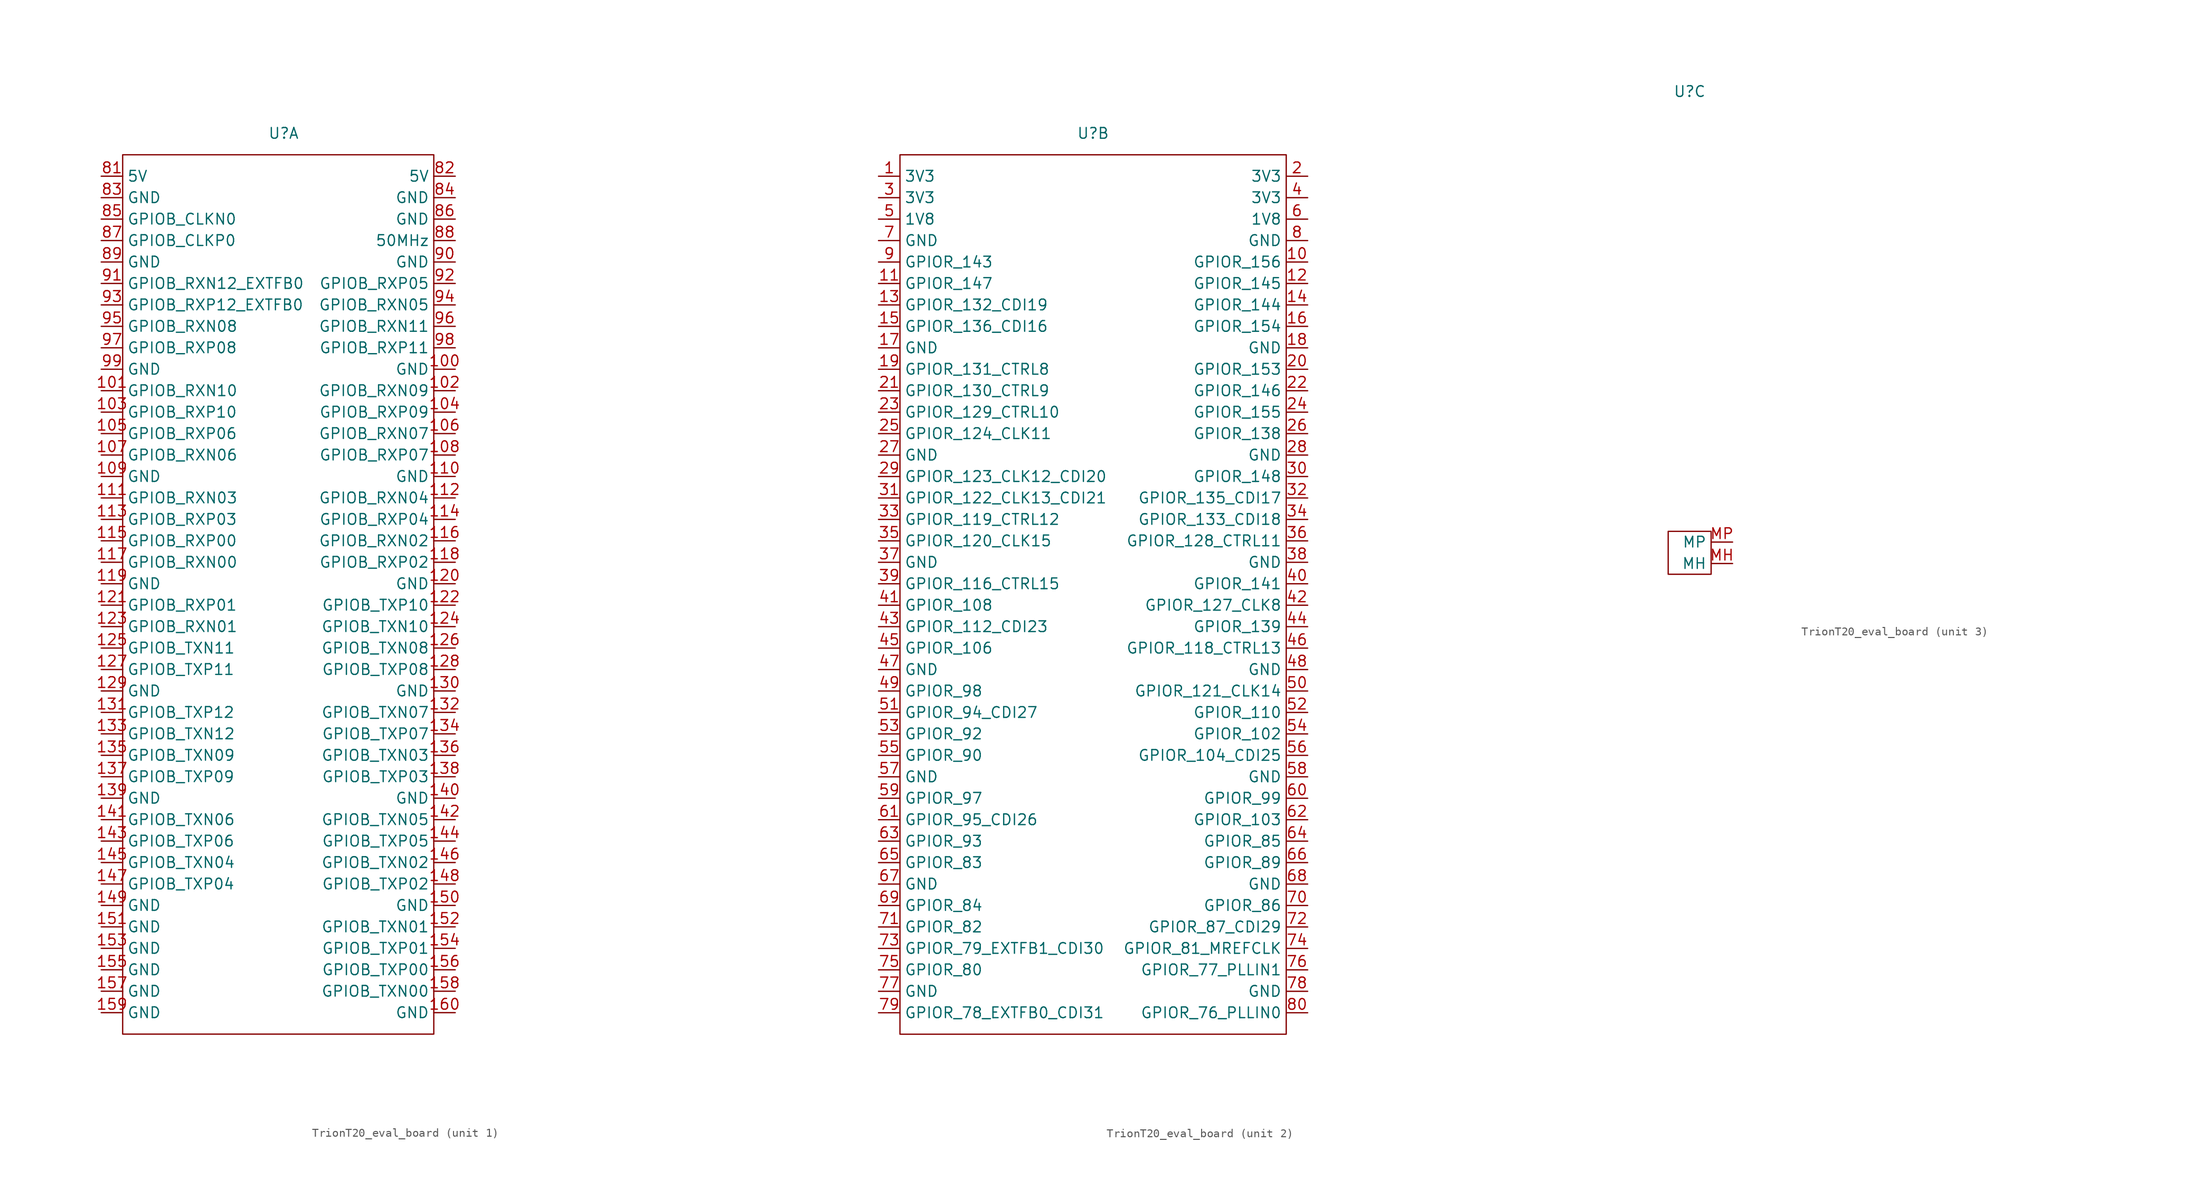
<source format=kicad_sym>
(kicad_symbol_lib
  (version 20220914)
  (generator kicad_symbol_editor)
  (symbol "TrionT20_eval_board"
    (property "Reference" "U"
      (at 0 54.61 0)
      (effects (font (size 1.27 1.27))))
    (property "Value" ""
      (at 50.8 15.24 0)
      (effects (font (size 1.27 1.27))))
    (property "ki_locked" ""
      (at 0 0 0)
      (effects (font (size 1.27 1.27))))
    (symbol "TrionT20_eval_board_1_0"
      (pin bidirectional line (at -21.59 24.13 0) (length 2.54) (name "GPIOB_RXN10" (effects (font (size 1.27 1.27)))) (number "101" (effects (font (size 1.27 1.27)))))
      (pin bidirectional line (at 20.32 24.13 180) (length 2.54) (name "GPIOB_RXN09" (effects (font (size 1.27 1.27)))) (number "102" (effects (font (size 1.27 1.27)))))
      (pin bidirectional line (at -21.59 21.59 0) (length 2.54) (name "GPIOB_RXP10" (effects (font (size 1.27 1.27)))) (number "103" (effects (font (size 1.27 1.27)))))
      (pin bidirectional line (at 20.32 21.59 180) (length 2.54) (name "GPIOB_RXP09" (effects (font (size 1.27 1.27)))) (number "104" (effects (font (size 1.27 1.27)))))
      (pin bidirectional line (at -21.59 19.05 0) (length 2.54) (name "GPIOB_RXP06" (effects (font (size 1.27 1.27)))) (number "105" (effects (font (size 1.27 1.27)))))
      (pin bidirectional line (at 20.32 19.05 180) (length 2.54) (name "GPIOB_RXN07" (effects (font (size 1.27 1.27)))) (number "106" (effects (font (size 1.27 1.27)))))
      (pin bidirectional line (at -21.59 16.51 0) (length 2.54) (name "GPIOB_RXN06" (effects (font (size 1.27 1.27)))) (number "107" (effects (font (size 1.27 1.27)))))
      (pin bidirectional line (at 20.32 16.51 180) (length 2.54) (name "GPIOB_RXP07" (effects (font (size 1.27 1.27)))) (number "108" (effects (font (size 1.27 1.27)))))
      (pin bidirectional line (at -21.59 11.43 0) (length 2.54) (name "GPIOB_RXN03" (effects (font (size 1.27 1.27)))) (number "111" (effects (font (size 1.27 1.27)))))
      (pin bidirectional line (at 20.32 11.43 180) (length 2.54) (name "GPIOB_RXN04" (effects (font (size 1.27 1.27)))) (number "112" (effects (font (size 1.27 1.27)))))
      (pin bidirectional line (at -21.59 8.89 0) (length 2.54) (name "GPIOB_RXP03" (effects (font (size 1.27 1.27)))) (number "113" (effects (font (size 1.27 1.27)))))
      (pin bidirectional line (at 20.32 8.89 180) (length 2.54) (name "GPIOB_RXP04" (effects (font (size 1.27 1.27)))) (number "114" (effects (font (size 1.27 1.27)))))
      (pin bidirectional line (at -21.59 6.35 0) (length 2.54) (name "GPIOB_RXP00" (effects (font (size 1.27 1.27)))) (number "115" (effects (font (size 1.27 1.27)))))
      (pin bidirectional line (at 20.32 6.35 180) (length 2.54) (name "GPIOB_RXN02" (effects (font (size 1.27 1.27)))) (number "116" (effects (font (size 1.27 1.27)))))
      (pin bidirectional line (at -21.59 3.81 0) (length 2.54) (name "GPIOB_RXN00" (effects (font (size 1.27 1.27)))) (number "117" (effects (font (size 1.27 1.27)))))
      (pin bidirectional line (at 20.32 3.81 180) (length 2.54) (name "GPIOB_RXP02" (effects (font (size 1.27 1.27)))) (number "118" (effects (font (size 1.27 1.27)))))
      (pin bidirectional line (at -21.59 -1.27 0) (length 2.54) (name "GPIOB_RXP01" (effects (font (size 1.27 1.27)))) (number "121" (effects (font (size 1.27 1.27)))))
      (pin bidirectional line (at 20.32 -1.27 180) (length 2.54) (name "GPIOB_TXP10" (effects (font (size 1.27 1.27)))) (number "122" (effects (font (size 1.27 1.27)))))
      (pin bidirectional line (at -21.59 -3.81 0) (length 2.54) (name "GPIOB_RXN01" (effects (font (size 1.27 1.27)))) (number "123" (effects (font (size 1.27 1.27)))))
      (pin bidirectional line (at 20.32 -3.81 180) (length 2.54) (name "GPIOB_TXN10" (effects (font (size 1.27 1.27)))) (number "124" (effects (font (size 1.27 1.27)))))
      (pin bidirectional line (at -21.59 -6.35 0) (length 2.54) (name "GPIOB_TXN11" (effects (font (size 1.27 1.27)))) (number "125" (effects (font (size 1.27 1.27)))))
      (pin bidirectional line (at 20.32 -6.35 180) (length 2.54) (name "GPIOB_TXN08" (effects (font (size 1.27 1.27)))) (number "126" (effects (font (size 1.27 1.27)))))
      (pin bidirectional line (at -21.59 -8.89 0) (length 2.54) (name "GPIOB_TXP11" (effects (font (size 1.27 1.27)))) (number "127" (effects (font (size 1.27 1.27)))))
      (pin bidirectional line (at 20.32 -8.89 180) (length 2.54) (name "GPIOB_TXP08" (effects (font (size 1.27 1.27)))) (number "128" (effects (font (size 1.27 1.27)))))
      (pin bidirectional line (at -21.59 -13.97 0) (length 2.54) (name "GPIOB_TXP12" (effects (font (size 1.27 1.27)))) (number "131" (effects (font (size 1.27 1.27)))))
      (pin bidirectional line (at 20.32 -13.97 180) (length 2.54) (name "GPIOB_TXN07" (effects (font (size 1.27 1.27)))) (number "132" (effects (font (size 1.27 1.27)))))
      (pin bidirectional line (at -21.59 -16.51 0) (length 2.54) (name "GPIOB_TXN12" (effects (font (size 1.27 1.27)))) (number "133" (effects (font (size 1.27 1.27)))))
      (pin bidirectional line (at 20.32 -16.51 180) (length 2.54) (name "GPIOB_TXP07" (effects (font (size 1.27 1.27)))) (number "134" (effects (font (size 1.27 1.27)))))
      (pin bidirectional line (at -21.59 -19.05 0) (length 2.54) (name "GPIOB_TXN09" (effects (font (size 1.27 1.27)))) (number "135" (effects (font (size 1.27 1.27)))))
      (pin bidirectional line (at 20.32 -19.05 180) (length 2.54) (name "GPIOB_TXN03" (effects (font (size 1.27 1.27)))) (number "136" (effects (font (size 1.27 1.27)))))
      (pin bidirectional line (at -21.59 -21.59 0) (length 2.54) (name "GPIOB_TXP09" (effects (font (size 1.27 1.27)))) (number "137" (effects (font (size 1.27 1.27)))))
      (pin bidirectional line (at 20.32 -21.59 180) (length 2.54) (name "GPIOB_TXP03" (effects (font (size 1.27 1.27)))) (number "138" (effects (font (size 1.27 1.27)))))
      (pin bidirectional line (at -21.59 -26.67 0) (length 2.54) (name "GPIOB_TXN06" (effects (font (size 1.27 1.27)))) (number "141" (effects (font (size 1.27 1.27)))))
      (pin bidirectional line (at 20.32 -26.67 180) (length 2.54) (name "GPIOB_TXN05" (effects (font (size 1.27 1.27)))) (number "142" (effects (font (size 1.27 1.27)))))
      (pin bidirectional line (at -21.59 -29.21 0) (length 2.54) (name "GPIOB_TXP06" (effects (font (size 1.27 1.27)))) (number "143" (effects (font (size 1.27 1.27)))))
      (pin bidirectional line (at 20.32 -29.21 180) (length 2.54) (name "GPIOB_TXP05" (effects (font (size 1.27 1.27)))) (number "144" (effects (font (size 1.27 1.27)))))
      (pin bidirectional line (at -21.59 -31.75 0) (length 2.54) (name "GPIOB_TXN04" (effects (font (size 1.27 1.27)))) (number "145" (effects (font (size 1.27 1.27)))))
      (pin bidirectional line (at 20.32 -31.75 180) (length 2.54) (name "GPIOB_TXN02" (effects (font (size 1.27 1.27)))) (number "146" (effects (font (size 1.27 1.27)))))
      (pin bidirectional line (at -21.59 -34.29 0) (length 2.54) (name "GPIOB_TXP04" (effects (font (size 1.27 1.27)))) (number "147" (effects (font (size 1.27 1.27)))))
      (pin bidirectional line (at 20.32 -34.29 180) (length 2.54) (name "GPIOB_TXP02" (effects (font (size 1.27 1.27)))) (number "148" (effects (font (size 1.27 1.27)))))
      (pin bidirectional line (at 20.32 -39.37 180) (length 2.54) (name "GPIOB_TXN01" (effects (font (size 1.27 1.27)))) (number "152" (effects (font (size 1.27 1.27)))))
      (pin bidirectional line (at 20.32 -41.91 180) (length 2.54) (name "GPIOB_TXP01" (effects (font (size 1.27 1.27)))) (number "154" (effects (font (size 1.27 1.27)))))
      (pin bidirectional line (at 20.32 -44.45 180) (length 2.54) (name "GPIOB_TXP00" (effects (font (size 1.27 1.27)))) (number "156" (effects (font (size 1.27 1.27)))))
      (pin bidirectional line (at 20.32 -46.99 180) (length 2.54) (name "GPIOB_TXN00" (effects (font (size 1.27 1.27)))) (number "158" (effects (font (size 1.27 1.27)))))
      (pin bidirectional line (at -21.59 44.45 0) (length 2.54) (name "GPIOB_CLKN0" (effects (font (size 1.27 1.27)))) (number "85" (effects (font (size 1.27 1.27)))))
      (pin bidirectional line (at -21.59 41.91 0) (length 2.54) (name "GPIOB_CLKP0" (effects (font (size 1.27 1.27)))) (number "87" (effects (font (size 1.27 1.27)))))
      (pin bidirectional line (at -21.59 36.83 0) (length 2.54) (name "GPIOB_RXN12_EXTFB0" (effects (font (size 1.27 1.27)))) (number "91" (effects (font (size 1.27 1.27)))))
      (pin bidirectional line (at 20.32 36.83 180) (length 2.54) (name "GPIOB_RXP05" (effects (font (size 1.27 1.27)))) (number "92" (effects (font (size 1.27 1.27)))))
      (pin bidirectional line (at -21.59 34.29 0) (length 2.54) (name "GPIOB_RXP12_EXTFB0" (effects (font (size 1.27 1.27)))) (number "93" (effects (font (size 1.27 1.27)))))
      (pin bidirectional line (at 20.32 34.29 180) (length 2.54) (name "GPIOB_RXN05" (effects (font (size 1.27 1.27)))) (number "94" (effects (font (size 1.27 1.27)))))
      (pin bidirectional line (at -21.59 31.75 0) (length 2.54) (name "GPIOB_RXN08" (effects (font (size 1.27 1.27)))) (number "95" (effects (font (size 1.27 1.27)))))
      (pin bidirectional line (at 20.32 31.75 180) (length 2.54) (name "GPIOB_RXN11" (effects (font (size 1.27 1.27)))) (number "96" (effects (font (size 1.27 1.27)))))
      (pin bidirectional line (at -21.59 29.21 0) (length 2.54) (name "GPIOB_RXP08" (effects (font (size 1.27 1.27)))) (number "97" (effects (font (size 1.27 1.27)))))
      (pin bidirectional line (at 20.32 29.21 180) (length 2.54) (name "GPIOB_RXP11" (effects (font (size 1.27 1.27)))) (number "98" (effects (font (size 1.27 1.27))))))
    (symbol "TrionT20_eval_board_1_1"
      (rectangle (start -19.05 52.07) (end 17.78 -52.07) (stroke (width 0) (type default)) (fill (type none)))
      (pin passive line (at 20.32 26.67 180) (length 2.54) (name "GND" (effects (font (size 1.27 1.27)))) (number "100" (effects (font (size 1.27 1.27)))))
      (pin passive line (at -21.59 13.97 0) (length 2.54) (name "GND" (effects (font (size 1.27 1.27)))) (number "109" (effects (font (size 1.27 1.27)))))
      (pin passive line (at 20.32 13.97 180) (length 2.54) (name "GND" (effects (font (size 1.27 1.27)))) (number "110" (effects (font (size 1.27 1.27)))))
      (pin passive line (at -21.59 1.27 0) (length 2.54) (name "GND" (effects (font (size 1.27 1.27)))) (number "119" (effects (font (size 1.27 1.27)))))
      (pin passive line (at 20.32 1.27 180) (length 2.54) (name "GND" (effects (font (size 1.27 1.27)))) (number "120" (effects (font (size 1.27 1.27)))))
      (pin passive line (at -21.59 -11.43 0) (length 2.54) (name "GND" (effects (font (size 1.27 1.27)))) (number "129" (effects (font (size 1.27 1.27)))))
      (pin passive line (at 20.32 -11.43 180) (length 2.54) (name "GND" (effects (font (size 1.27 1.27)))) (number "130" (effects (font (size 1.27 1.27)))))
      (pin passive line (at -21.59 -24.13 0) (length 2.54) (name "GND" (effects (font (size 1.27 1.27)))) (number "139" (effects (font (size 1.27 1.27)))))
      (pin passive line (at 20.32 -24.13 180) (length 2.54) (name "GND" (effects (font (size 1.27 1.27)))) (number "140" (effects (font (size 1.27 1.27)))))
      (pin passive line (at -21.59 -36.83 0) (length 2.54) (name "GND" (effects (font (size 1.27 1.27)))) (number "149" (effects (font (size 1.27 1.27)))))
      (pin passive line (at 20.32 -36.83 180) (length 2.54) (name "GND" (effects (font (size 1.27 1.27)))) (number "150" (effects (font (size 1.27 1.27)))))
      (pin passive line (at -21.59 -39.37 0) (length 2.54) (name "GND" (effects (font (size 1.27 1.27)))) (number "151" (effects (font (size 1.27 1.27)))))
      (pin passive line (at -21.59 -41.91 0) (length 2.54) (name "GND" (effects (font (size 1.27 1.27)))) (number "153" (effects (font (size 1.27 1.27)))))
      (pin passive line (at -21.59 -44.45 0) (length 2.54) (name "GND" (effects (font (size 1.27 1.27)))) (number "155" (effects (font (size 1.27 1.27)))))
      (pin passive line (at -21.59 -46.99 0) (length 2.54) (name "GND" (effects (font (size 1.27 1.27)))) (number "157" (effects (font (size 1.27 1.27)))))
      (pin passive line (at -21.59 -49.53 0) (length 2.54) (name "GND" (effects (font (size 1.27 1.27)))) (number "159" (effects (font (size 1.27 1.27)))))
      (pin passive line (at 20.32 -49.53 180) (length 2.54) (name "GND" (effects (font (size 1.27 1.27)))) (number "160" (effects (font (size 1.27 1.27)))))
      (pin input line (at -21.59 49.53 0) (length 2.54) (name "5V" (effects (font (size 1.27 1.27)))) (number "81" (effects (font (size 1.27 1.27)))))
      (pin input line (at 20.32 49.53 180) (length 2.54) (name "5V" (effects (font (size 1.27 1.27)))) (number "82" (effects (font (size 1.27 1.27)))))
      (pin passive line (at -21.59 46.99 0) (length 2.54) (name "GND" (effects (font (size 1.27 1.27)))) (number "83" (effects (font (size 1.27 1.27)))))
      (pin passive line (at 20.32 46.99 180) (length 2.54) (name "GND" (effects (font (size 1.27 1.27)))) (number "84" (effects (font (size 1.27 1.27)))))
      (pin passive line (at 20.32 44.45 180) (length 2.54) (name "GND" (effects (font (size 1.27 1.27)))) (number "86" (effects (font (size 1.27 1.27)))))
      (pin output line (at 20.32 41.91 180) (length 2.54) (name "50MHz" (effects (font (size 1.27 1.27)))) (number "88" (effects (font (size 1.27 1.27)))))
      (pin passive line (at -21.59 39.37 0) (length 2.54) (name "GND" (effects (font (size 1.27 1.27)))) (number "89" (effects (font (size 1.27 1.27)))))
      (pin passive line (at 20.32 39.37 180) (length 2.54) (name "GND" (effects (font (size 1.27 1.27)))) (number "90" (effects (font (size 1.27 1.27)))))
      (pin passive line (at -21.59 26.67 0) (length 2.54) (name "GND" (effects (font (size 1.27 1.27)))) (number "99" (effects (font (size 1.27 1.27))))))
    (symbol "TrionT20_eval_board_2_0"
      (pin bidirectional line (at 25.4 39.37 180) (length 2.54) (name "GPIOR_156" (effects (font (size 1.27 1.27)))) (number "10" (effects (font (size 1.27 1.27)))))
      (pin bidirectional line (at -25.4 36.83 0) (length 2.54) (name "GPIOR_147" (effects (font (size 1.27 1.27)))) (number "11" (effects (font (size 1.27 1.27)))))
      (pin bidirectional line (at 25.4 36.83 180) (length 2.54) (name "GPIOR_145" (effects (font (size 1.27 1.27)))) (number "12" (effects (font (size 1.27 1.27)))))
      (pin bidirectional line (at -25.4 34.29 0) (length 2.54) (name "GPIOR_132_CDI19" (effects (font (size 1.27 1.27)))) (number "13" (effects (font (size 1.27 1.27)))))
      (pin bidirectional line (at 25.4 34.29 180) (length 2.54) (name "GPIOR_144" (effects (font (size 1.27 1.27)))) (number "14" (effects (font (size 1.27 1.27)))))
      (pin bidirectional line (at -25.4 31.75 0) (length 2.54) (name "GPIOR_136_CDI16" (effects (font (size 1.27 1.27)))) (number "15" (effects (font (size 1.27 1.27)))))
      (pin bidirectional line (at 25.4 31.75 180) (length 2.54) (name "GPIOR_154" (effects (font (size 1.27 1.27)))) (number "16" (effects (font (size 1.27 1.27)))))
      (pin bidirectional line (at -25.4 26.67 0) (length 2.54) (name "GPIOR_131_CTRL8" (effects (font (size 1.27 1.27)))) (number "19" (effects (font (size 1.27 1.27)))))
      (pin bidirectional line (at 25.4 26.67 180) (length 2.54) (name "GPIOR_153" (effects (font (size 1.27 1.27)))) (number "20" (effects (font (size 1.27 1.27)))))
      (pin bidirectional line (at -25.4 24.13 0) (length 2.54) (name "GPIOR_130_CTRL9" (effects (font (size 1.27 1.27)))) (number "21" (effects (font (size 1.27 1.27)))))
      (pin bidirectional line (at 25.4 24.13 180) (length 2.54) (name "GPIOR_146" (effects (font (size 1.27 1.27)))) (number "22" (effects (font (size 1.27 1.27)))))
      (pin bidirectional line (at -25.4 21.59 0) (length 2.54) (name "GPIOR_129_CTRL10" (effects (font (size 1.27 1.27)))) (number "23" (effects (font (size 1.27 1.27)))))
      (pin bidirectional line (at 25.4 21.59 180) (length 2.54) (name "GPIOR_155" (effects (font (size 1.27 1.27)))) (number "24" (effects (font (size 1.27 1.27)))))
      (pin bidirectional line (at -25.4 19.05 0) (length 2.54) (name "GPIOR_124_CLK11" (effects (font (size 1.27 1.27)))) (number "25" (effects (font (size 1.27 1.27)))))
      (pin bidirectional line (at 25.4 19.05 180) (length 2.54) (name "GPIOR_138" (effects (font (size 1.27 1.27)))) (number "26" (effects (font (size 1.27 1.27)))))
      (pin bidirectional line (at -25.4 13.97 0) (length 2.54) (name "GPIOR_123_CLK12_CDI20" (effects (font (size 1.27 1.27)))) (number "29" (effects (font (size 1.27 1.27)))))
      (pin bidirectional line (at 25.4 13.97 180) (length 2.54) (name "GPIOR_148" (effects (font (size 1.27 1.27)))) (number "30" (effects (font (size 1.27 1.27)))))
      (pin bidirectional line (at -25.4 11.43 0) (length 2.54) (name "GPIOR_122_CLK13_CDI21" (effects (font (size 1.27 1.27)))) (number "31" (effects (font (size 1.27 1.27)))))
      (pin bidirectional line (at 25.4 11.43 180) (length 2.54) (name "GPIOR_135_CDI17" (effects (font (size 1.27 1.27)))) (number "32" (effects (font (size 1.27 1.27)))))
      (pin bidirectional line (at -25.4 8.89 0) (length 2.54) (name "GPIOR_119_CTRL12" (effects (font (size 1.27 1.27)))) (number "33" (effects (font (size 1.27 1.27)))))
      (pin bidirectional line (at 25.4 8.89 180) (length 2.54) (name "GPIOR_133_CDI18" (effects (font (size 1.27 1.27)))) (number "34" (effects (font (size 1.27 1.27)))))
      (pin bidirectional line (at -25.4 6.35 0) (length 2.54) (name "GPIOR_120_CLK15" (effects (font (size 1.27 1.27)))) (number "35" (effects (font (size 1.27 1.27)))))
      (pin bidirectional line (at 25.4 6.35 180) (length 2.54) (name "GPIOR_128_CTRL11" (effects (font (size 1.27 1.27)))) (number "36" (effects (font (size 1.27 1.27)))))
      (pin bidirectional line (at -25.4 1.27 0) (length 2.54) (name "GPIOR_116_CTRL15" (effects (font (size 1.27 1.27)))) (number "39" (effects (font (size 1.27 1.27)))))
      (pin bidirectional line (at 25.4 1.27 180) (length 2.54) (name "GPIOR_141" (effects (font (size 1.27 1.27)))) (number "40" (effects (font (size 1.27 1.27)))))
      (pin bidirectional line (at -25.4 -1.27 0) (length 2.54) (name "GPIOR_108" (effects (font (size 1.27 1.27)))) (number "41" (effects (font (size 1.27 1.27)))))
      (pin bidirectional line (at 25.4 -1.27 180) (length 2.54) (name "GPIOR_127_CLK8" (effects (font (size 1.27 1.27)))) (number "42" (effects (font (size 1.27 1.27)))))
      (pin bidirectional line (at -25.4 -3.81 0) (length 2.54) (name "GPIOR_112_CDI23" (effects (font (size 1.27 1.27)))) (number "43" (effects (font (size 1.27 1.27)))))
      (pin bidirectional line (at 25.4 -3.81 180) (length 2.54) (name "GPIOR_139" (effects (font (size 1.27 1.27)))) (number "44" (effects (font (size 1.27 1.27)))))
      (pin bidirectional line (at -25.4 -6.35 0) (length 2.54) (name "GPIOR_106" (effects (font (size 1.27 1.27)))) (number "45" (effects (font (size 1.27 1.27)))))
      (pin bidirectional line (at 25.4 -6.35 180) (length 2.54) (name "GPIOR_118_CTRL13" (effects (font (size 1.27 1.27)))) (number "46" (effects (font (size 1.27 1.27)))))
      (pin bidirectional line (at -25.4 -11.43 0) (length 2.54) (name "GPIOR_98" (effects (font (size 1.27 1.27)))) (number "49" (effects (font (size 1.27 1.27)))))
      (pin bidirectional line (at 25.4 -11.43 180) (length 2.54) (name "GPIOR_121_CLK14" (effects (font (size 1.27 1.27)))) (number "50" (effects (font (size 1.27 1.27)))))
      (pin bidirectional line (at -25.4 -13.97 0) (length 2.54) (name "GPIOR_94_CDI27" (effects (font (size 1.27 1.27)))) (number "51" (effects (font (size 1.27 1.27)))))
      (pin bidirectional line (at 25.4 -13.97 180) (length 2.54) (name "GPIOR_110" (effects (font (size 1.27 1.27)))) (number "52" (effects (font (size 1.27 1.27)))))
      (pin bidirectional line (at -25.4 -16.51 0) (length 2.54) (name "GPIOR_92" (effects (font (size 1.27 1.27)))) (number "53" (effects (font (size 1.27 1.27)))))
      (pin bidirectional line (at 25.4 -16.51 180) (length 2.54) (name "GPIOR_102" (effects (font (size 1.27 1.27)))) (number "54" (effects (font (size 1.27 1.27)))))
      (pin bidirectional line (at -25.4 -19.05 0) (length 2.54) (name "GPIOR_90" (effects (font (size 1.27 1.27)))) (number "55" (effects (font (size 1.27 1.27)))))
      (pin bidirectional line (at 25.4 -19.05 180) (length 2.54) (name "GPIOR_104_CDI25" (effects (font (size 1.27 1.27)))) (number "56" (effects (font (size 1.27 1.27)))))
      (pin bidirectional line (at -25.4 -24.13 0) (length 2.54) (name "GPIOR_97" (effects (font (size 1.27 1.27)))) (number "59" (effects (font (size 1.27 1.27)))))
      (pin bidirectional line (at 25.4 -24.13 180) (length 2.54) (name "GPIOR_99" (effects (font (size 1.27 1.27)))) (number "60" (effects (font (size 1.27 1.27)))))
      (pin bidirectional line (at -25.4 -26.67 0) (length 2.54) (name "GPIOR_95_CDI26" (effects (font (size 1.27 1.27)))) (number "61" (effects (font (size 1.27 1.27)))))
      (pin bidirectional line (at 25.4 -26.67 180) (length 2.54) (name "GPIOR_103" (effects (font (size 1.27 1.27)))) (number "62" (effects (font (size 1.27 1.27)))))
      (pin bidirectional line (at -25.4 -29.21 0) (length 2.54) (name "GPIOR_93" (effects (font (size 1.27 1.27)))) (number "63" (effects (font (size 1.27 1.27)))))
      (pin bidirectional line (at 25.4 -29.21 180) (length 2.54) (name "GPIOR_85" (effects (font (size 1.27 1.27)))) (number "64" (effects (font (size 1.27 1.27)))))
      (pin bidirectional line (at -25.4 -31.75 0) (length 2.54) (name "GPIOR_83" (effects (font (size 1.27 1.27)))) (number "65" (effects (font (size 1.27 1.27)))))
      (pin bidirectional line (at 25.4 -31.75 180) (length 2.54) (name "GPIOR_89" (effects (font (size 1.27 1.27)))) (number "66" (effects (font (size 1.27 1.27)))))
      (pin bidirectional line (at -25.4 -36.83 0) (length 2.54) (name "GPIOR_84" (effects (font (size 1.27 1.27)))) (number "69" (effects (font (size 1.27 1.27)))))
      (pin bidirectional line (at 25.4 -36.83 180) (length 2.54) (name "GPIOR_86" (effects (font (size 1.27 1.27)))) (number "70" (effects (font (size 1.27 1.27)))))
      (pin bidirectional line (at -25.4 -39.37 0) (length 2.54) (name "GPIOR_82" (effects (font (size 1.27 1.27)))) (number "71" (effects (font (size 1.27 1.27)))))
      (pin bidirectional line (at 25.4 -39.37 180) (length 2.54) (name "GPIOR_87_CDI29" (effects (font (size 1.27 1.27)))) (number "72" (effects (font (size 1.27 1.27)))))
      (pin bidirectional line (at -25.4 -41.91 0) (length 2.54) (name "GPIOR_79_EXTFB1_CDI30" (effects (font (size 1.27 1.27)))) (number "73" (effects (font (size 1.27 1.27)))))
      (pin bidirectional line (at 25.4 -41.91 180) (length 2.54) (name "GPIOR_81_MREFCLK" (effects (font (size 1.27 1.27)))) (number "74" (effects (font (size 1.27 1.27)))))
      (pin bidirectional line (at -25.4 -44.45 0) (length 2.54) (name "GPIOR_80" (effects (font (size 1.27 1.27)))) (number "75" (effects (font (size 1.27 1.27)))))
      (pin bidirectional line (at 25.4 -44.45 180) (length 2.54) (name "GPIOR_77_PLLIN1" (effects (font (size 1.27 1.27)))) (number "76" (effects (font (size 1.27 1.27)))))
      (pin bidirectional line (at -25.4 -49.53 0) (length 2.54) (name "GPIOR_78_EXTFB0_CDI31" (effects (font (size 1.27 1.27)))) (number "79" (effects (font (size 1.27 1.27)))))
      (pin bidirectional line (at 25.4 -49.53 180) (length 2.54) (name "GPIOR_76_PLLIN0" (effects (font (size 1.27 1.27)))) (number "80" (effects (font (size 1.27 1.27)))))
      (pin bidirectional line (at -25.4 39.37 0) (length 2.54) (name "GPIOR_143" (effects (font (size 1.27 1.27)))) (number "9" (effects (font (size 1.27 1.27))))))
    (symbol "TrionT20_eval_board_2_1"
      (rectangle (start -22.86 52.07) (end 22.86 -52.07) (stroke (width 0) (type default)) (fill (type none)))
      (pin output line (at -25.4 49.53 0) (length 2.54) (name "3V3" (effects (font (size 1.27 1.27)))) (number "1" (effects (font (size 1.27 1.27)))))
      (pin passive line (at -25.4 29.21 0) (length 2.54) (name "GND" (effects (font (size 1.27 1.27)))) (number "17" (effects (font (size 1.27 1.27)))))
      (pin passive line (at 25.4 29.21 180) (length 2.54) (name "GND" (effects (font (size 1.27 1.27)))) (number "18" (effects (font (size 1.27 1.27)))))
      (pin output line (at 25.4 49.53 180) (length 2.54) (name "3V3" (effects (font (size 1.27 1.27)))) (number "2" (effects (font (size 1.27 1.27)))))
      (pin passive line (at -25.4 16.51 0) (length 2.54) (name "GND" (effects (font (size 1.27 1.27)))) (number "27" (effects (font (size 1.27 1.27)))))
      (pin passive line (at 25.4 16.51 180) (length 2.54) (name "GND" (effects (font (size 1.27 1.27)))) (number "28" (effects (font (size 1.27 1.27)))))
      (pin output line (at -25.4 46.99 0) (length 2.54) (name "3V3" (effects (font (size 1.27 1.27)))) (number "3" (effects (font (size 1.27 1.27)))))
      (pin passive line (at -25.4 3.81 0) (length 2.54) (name "GND" (effects (font (size 1.27 1.27)))) (number "37" (effects (font (size 1.27 1.27)))))
      (pin passive line (at 25.4 3.81 180) (length 2.54) (name "GND" (effects (font (size 1.27 1.27)))) (number "38" (effects (font (size 1.27 1.27)))))
      (pin output line (at 25.4 46.99 180) (length 2.54) (name "3V3" (effects (font (size 1.27 1.27)))) (number "4" (effects (font (size 1.27 1.27)))))
      (pin passive line (at -25.4 -8.89 0) (length 2.54) (name "GND" (effects (font (size 1.27 1.27)))) (number "47" (effects (font (size 1.27 1.27)))))
      (pin passive line (at 25.4 -8.89 180) (length 2.54) (name "GND" (effects (font (size 1.27 1.27)))) (number "48" (effects (font (size 1.27 1.27)))))
      (pin output line (at -25.4 44.45 0) (length 2.54) (name "1V8" (effects (font (size 1.27 1.27)))) (number "5" (effects (font (size 1.27 1.27)))))
      (pin passive line (at -25.4 -21.59 0) (length 2.54) (name "GND" (effects (font (size 1.27 1.27)))) (number "57" (effects (font (size 1.27 1.27)))))
      (pin passive line (at 25.4 -21.59 180) (length 2.54) (name "GND" (effects (font (size 1.27 1.27)))) (number "58" (effects (font (size 1.27 1.27)))))
      (pin output line (at 25.4 44.45 180) (length 2.54) (name "1V8" (effects (font (size 1.27 1.27)))) (number "6" (effects (font (size 1.27 1.27)))))
      (pin passive line (at -25.4 -34.29 0) (length 2.54) (name "GND" (effects (font (size 1.27 1.27)))) (number "67" (effects (font (size 1.27 1.27)))))
      (pin passive line (at 25.4 -34.29 180) (length 2.54) (name "GND" (effects (font (size 1.27 1.27)))) (number "68" (effects (font (size 1.27 1.27)))))
      (pin passive line (at -25.4 41.91 0) (length 2.54) (name "GND" (effects (font (size 1.27 1.27)))) (number "7" (effects (font (size 1.27 1.27)))))
      (pin passive line (at -25.4 -46.99 0) (length 2.54) (name "GND" (effects (font (size 1.27 1.27)))) (number "77" (effects (font (size 1.27 1.27)))))
      (pin passive line (at 25.4 -46.99 180) (length 2.54) (name "GND" (effects (font (size 1.27 1.27)))) (number "78" (effects (font (size 1.27 1.27)))))
      (pin passive line (at 25.4 41.91 180) (length 2.54) (name "GND" (effects (font (size 1.27 1.27)))) (number "8" (effects (font (size 1.27 1.27))))))
    (symbol "TrionT20_eval_board_3_0"
      (pin bidirectional line (at 5.08 -1.27 180) (length 2.54) (name "MH" (effects (font (size 1.27 1.27)))) (number "MH" (effects (font (size 1.27 1.27)))))
      (pin bidirectional line (at 5.08 1.27 180) (length 2.54) (name "MP" (effects (font (size 1.27 1.27)))) (number "MP" (effects (font (size 1.27 1.27))))))
    (symbol "TrionT20_eval_board_3_1"
      (rectangle (start -2.54 2.54) (end 2.54 -2.54) (stroke (width 0) (type default)) (fill (type none))))))
</source>
